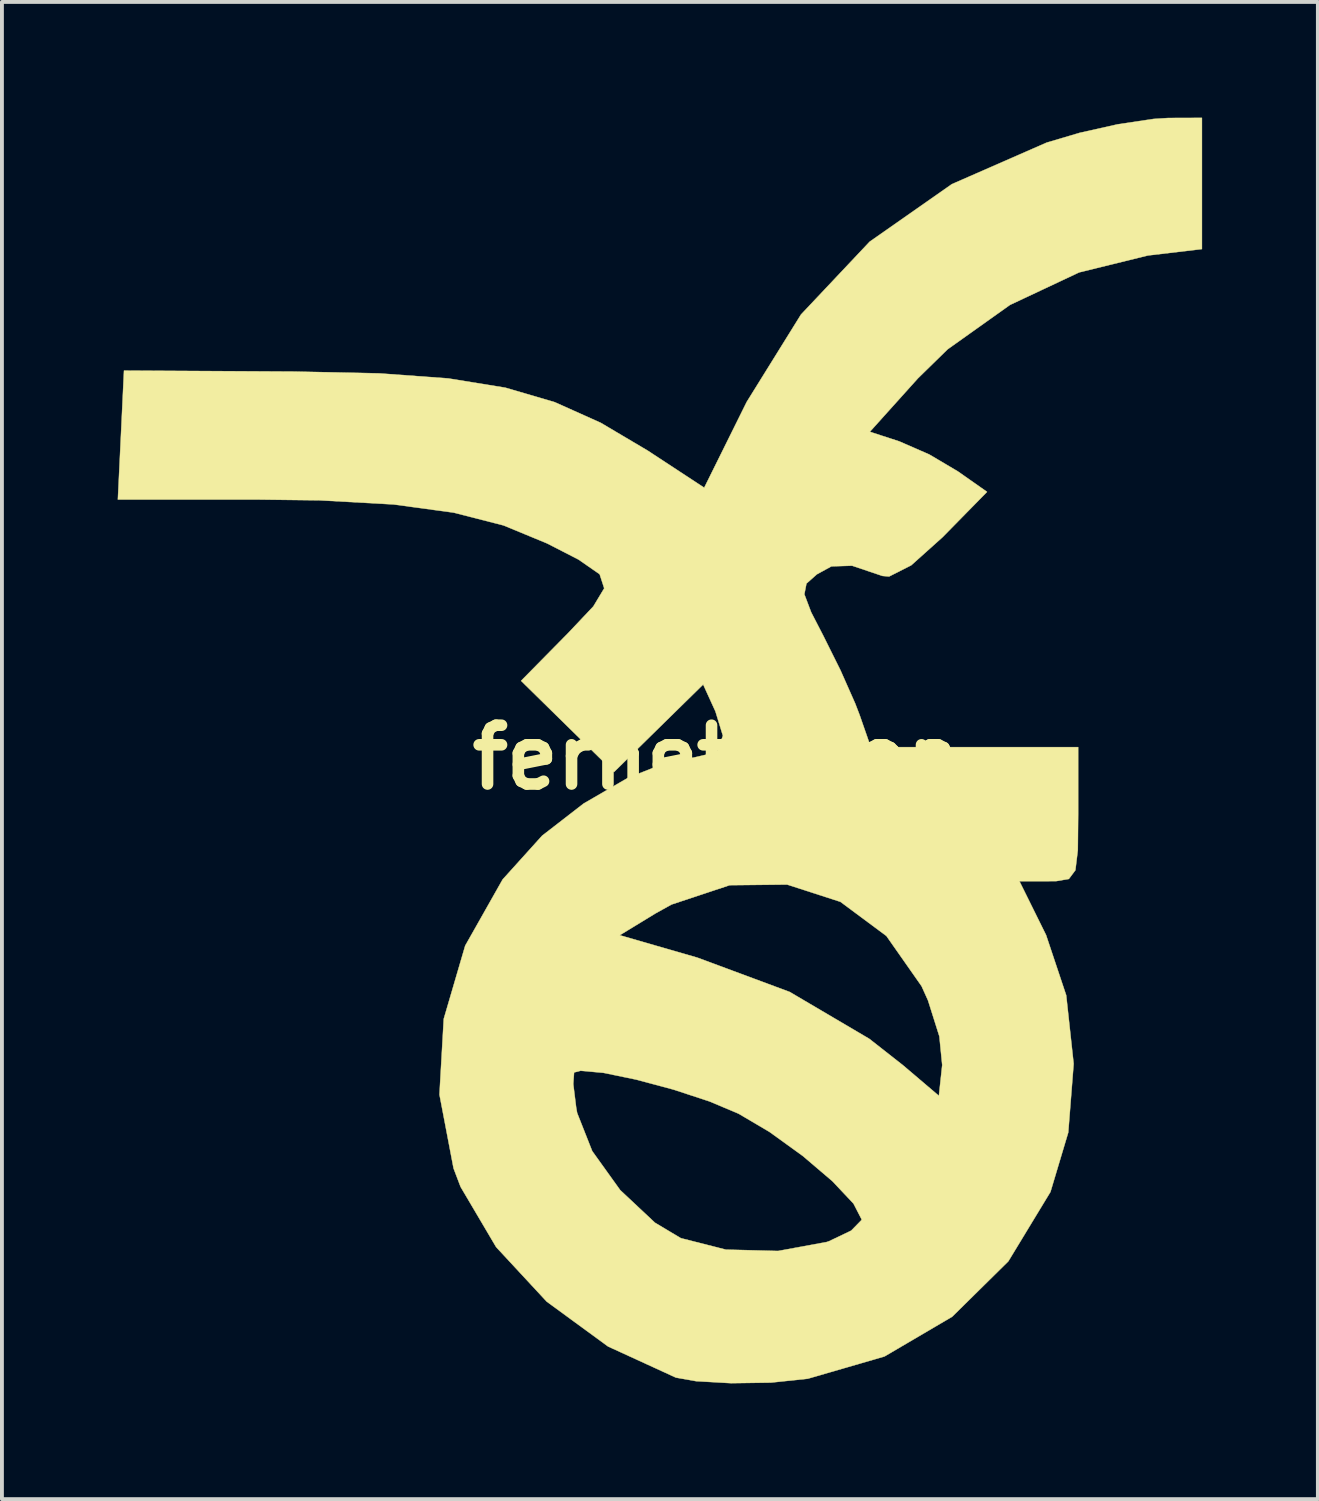
<source format=kicad_pcb>
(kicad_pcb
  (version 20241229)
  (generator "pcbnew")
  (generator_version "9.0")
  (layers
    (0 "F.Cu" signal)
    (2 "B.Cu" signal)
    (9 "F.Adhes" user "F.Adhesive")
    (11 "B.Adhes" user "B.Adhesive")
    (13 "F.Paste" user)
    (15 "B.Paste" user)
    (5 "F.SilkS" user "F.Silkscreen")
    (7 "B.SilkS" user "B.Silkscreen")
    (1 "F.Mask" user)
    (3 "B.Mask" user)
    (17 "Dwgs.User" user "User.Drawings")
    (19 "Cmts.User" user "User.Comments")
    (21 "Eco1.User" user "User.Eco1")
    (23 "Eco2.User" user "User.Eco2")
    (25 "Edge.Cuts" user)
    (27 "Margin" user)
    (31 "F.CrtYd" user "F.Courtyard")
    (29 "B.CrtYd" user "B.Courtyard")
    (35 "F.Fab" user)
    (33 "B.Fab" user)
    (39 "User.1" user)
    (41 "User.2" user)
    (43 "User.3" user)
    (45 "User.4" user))
  (footprint "fernet_icon"
    (layer "F.Cu")
    (at 15.538 16.582)
    (property "Reference" "fernet_icon" (at 0 0 0) (layer "F.SilkS") (effects (font (size 1.524 1.524) (thickness 0.3))))
    (attr through_hole)
    (fp_poly (pts (xy 12.566 -13.176) (xy 11.165 -13.01) (xy 9.381 -12.571) (xy 7.591 -11.729) (xy 5.975 -10.579) (xy 5.205 -9.826) (xy 3.958 -8.44) (xy 4.72 -8.192) (xy 5.499 -7.852) (xy 6.239 -7.414) (xy 6.996 -6.883) (xy 5.844 -5.709) (xy 5.031 -4.98) (xy 4.457 -4.689) (xy 4.284 -4.704) (xy 3.498 -4.969) (xy 2.962 -4.952) (xy 2.585 -4.746) (xy 2.315 -4.506) (xy 2.261 -4.229) (xy 2.438 -3.761) (xy 2.75 -3.157) (xy 3.198 -2.257) (xy 3.578 -1.399) (xy 3.694 -1.097) (xy 3.983 -0.267) (xy 9.358 -0.267) (xy 9.358 1.471) (xy 9.349 2.404) (xy 9.286 2.924) (xy 9.116 3.151) (xy 8.786 3.207) (xy 8.597 3.208) (xy 7.835 3.208) (xy 8.526 4.604) (xy 9.048 6.166) (xy 9.241 7.942) (xy 9.101 9.722) (xy 8.64 11.262) (xy 7.548 13.061) (xy 6.092 14.497) (xy 4.338 15.527) (xy 2.35 16.104) (xy 1.393 16.205) (xy 0.36 16.22) (xy -0.545 16.168) (xy -1.069 16.075) (xy -2.828 15.268) (xy -4.418 14.105) (xy -5.729 12.691) (xy -6.65 11.13) (xy -6.832 10.651) (xy -7.197 8.74) (xy -7.182 8.466) (xy -3.729 8.466) (xy -3.653 9.079) (xy -3.628 9.217) (xy -3.238 10.204) (xy -2.513 11.215) (xy -1.611 12.061) (xy -0.941 12.461) (xy 0.225 12.758) (xy 1.579 12.793) (xy 2.84 12.561) (xy 2.901 12.54) (xy 3.474 12.266) (xy 3.741 11.993) (xy 3.743 11.97) (xy 3.535 11.566) (xy 2.988 10.985) (xy 2.222 10.332) (xy 1.357 9.707) (xy 0.555 9.234) (xy -0.197 8.917) (xy -1.131 8.61) (xy -2.098 8.351) (xy -2.951 8.175) (xy -3.541 8.122) (xy -3.708 8.166) (xy -3.729 8.466) (xy -7.182 8.466) (xy -7.086 6.777) (xy -6.53 4.879) (xy -6.377 4.609) (xy -2.525 4.609) (xy -0.512 5.19) (xy 1.881 6.079) (xy 3.944 7.294) (xy 4.813 7.976) (xy 5.748 8.771) (xy 5.834 7.974) (xy 5.76 7.23) (xy 5.466 6.299) (xy 5.299 5.929) (xy 4.387 4.628) (xy 3.196 3.743) (xy 1.814 3.296) (xy 0.325 3.312) (xy -1.183 3.813) (xy -1.597 4.043) (xy -2.525 4.609) (xy -6.377 4.609) (xy -5.56 3.164) (xy -4.536 2.029) (xy -3.462 1.197) (xy -2.311 0.529) (xy -1.244 0.108) (xy -0.617 0.006) (xy -0.017 -0.134) (xy 0.15 -0.56) (xy -0.044 -1.192) (xy -0.362 -1.89) (xy -1.518 -0.756) (xy -2.674 0.379) (xy -3.878 -0.803) (xy -5.082 -1.985) (xy -3.864 -3.221) (xy -3.209 -3.914) (xy -2.927 -4.383) (xy -3.045 -4.748) (xy -3.592 -5.128) (xy -4.412 -5.549) (xy -5.538 -6.014) (xy -6.83 -6.345) (xy -8.387 -6.557) (xy -10.306 -6.664) (xy -11.924 -6.684) (xy -15.533 -6.684) (xy -15.453 -8.355) (xy -15.374 -10.026) (xy -10.962 -10.001) (xy -8.754 -9.954) (xy -6.967 -9.823) (xy -5.489 -9.583) (xy -4.21 -9.208) (xy -3.017 -8.673) (xy -1.801 -7.953) (xy -1.705 -7.89) (xy -0.335 -6.991) (xy 0.766 -9.213) (xy 2.174 -11.48) (xy 3.954 -13.368) (xy 6.084 -14.859) (xy 8.54 -15.935) (xy 9.393 -16.188) (xy 10.383 -16.41) (xy 11.311 -16.549) (xy 11.697 -16.574) (xy 12.566 -16.577) (xy 12.566 -13.176)) (stroke (width 0.01) (type solid)) (fill yes) (layer "F.SilkS")))
  (gr_rect
    (start -3 -3)
    (end 31.109 35.807)
    (stroke (width 0.1) (type default))
    (fill no)
    (layer "Edge.Cuts")))
</source>
